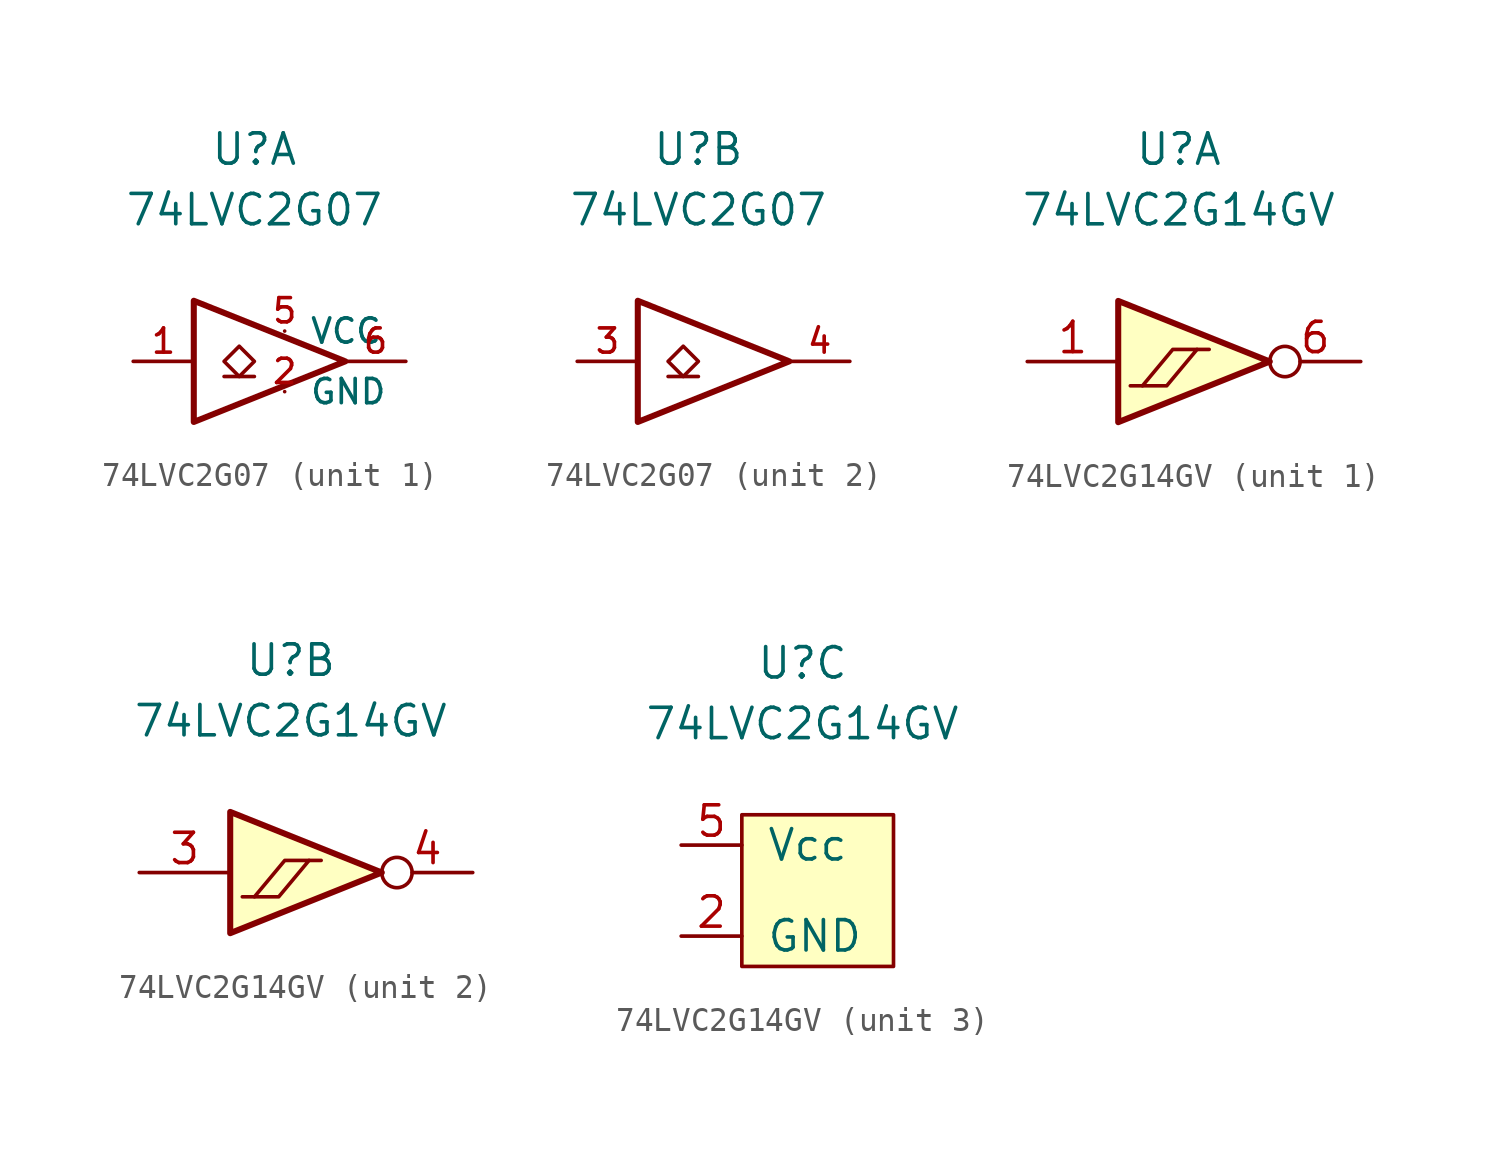
<source format=kicad_sym>
(kicad_symbol_lib
  (version 20211014)
  (generator kicad_symbol_editor)
  (symbol "74LVC2G07"
    (pin_names
      (offset 1.016))
    (property "Reference" "U"
      (at -1.27 8.89 0)
      (effects (font (size 1.27 1.27))))
    (property "Value" "74LVC2G07"
      (at -1.27 6.35 0)
      (effects (font (size 1.27 1.27))))
    (symbol "74LVC2G07_0_1"
      (polyline (pts (xy -2.54 -0.635) (xy -1.27 -0.635)) (stroke (width 0) (type default) (color 0 0 0 0)) (fill (type none)))
      (polyline (pts (xy -3.81 2.54) (xy -3.81 -2.54) (xy 2.54 0) (xy -3.81 2.54)) (stroke (width 0.254) (type default) (color 0 0 0 0)) (fill (type none)))
      (polyline (pts (xy -1.905 0.635) (xy -2.54 0) (xy -1.905 -0.635) (xy -1.27 0) (xy -1.905 0.635)) (stroke (width 0) (type default) (color 0 0 0 0)) (fill (type none))))
    (symbol "74LVC2G07_1_1"
      (pin input line (at -6.35 0 0) (length 2.54) (name "~" (effects (font (size 1.016 1.016)))) (number "1" (effects (font (size 1.016 1.016)))))
      (pin power_in line (at 0 -1.27 0) (length 0) (name "GND" (effects (font (size 1.016 1.016)))) (number "2" (effects (font (size 1.016 1.016)))))
      (pin power_in line (at 0 1.27 0) (length 0) (name "VCC" (effects (font (size 1.016 1.016)))) (number "5" (effects (font (size 1.016 1.016)))))
      (pin open_collector line (at 5.08 0 180) (length 2.54) (name "~" (effects (font (size 1.016 1.016)))) (number "6" (effects (font (size 1.016 1.016))))))
    (symbol "74LVC2G07_2_1"
      (pin input line (at -6.35 0 0) (length 2.54) (name "~" (effects (font (size 1.016 1.016)))) (number "3" (effects (font (size 1.016 1.016)))))
      (pin open_collector line (at 5.08 0 180) (length 2.54) (name "~" (effects (font (size 1.016 1.016)))) (number "4" (effects (font (size 1.016 1.016)))))))
  (symbol "74LVC2G14GV"
    (pin_names
      (offset 1.016))
    (property "Reference" "U"
      (at 0 8.89 0)
      (effects (font (size 1.27 1.27))))
    (property "Value" "74LVC2G14GV"
      (at 0 6.35 0)
      (effects (font (size 1.27 1.27))))
    (symbol "74LVC2G14GV_1_1"
      (polyline (pts (xy -1.524 -1.016) (xy -2.032 -1.016)) (stroke (width 0) (type default) (color 0 0 0 0)) (fill (type none)))
      (polyline (pts (xy 0.762 0.508) (xy 1.27 0.508)) (stroke (width 0) (type default) (color 0 0 0 0)) (fill (type none)))
      (polyline (pts (xy -2.54 2.54) (xy -2.54 -2.54) (xy 3.81 0) (xy -2.54 2.54)) (stroke (width 0.254) (type default) (color 0 0 0 0)) (fill (type background)))
      (polyline (pts (xy 0.762 0.508) (xy -0.508 -1.016) (xy -1.524 -1.016) (xy -0.254 0.508) (xy 0.762 0.508)) (stroke (width 0) (type default) (color 0 0 0 0)) (fill (type none)))
      (pin input line (at -6.35 0 0) (length 3.81) (name "~" (effects (font (size 1.27 1.27)))) (number "1" (effects (font (size 1.27 1.27)))))
      (pin output inverted (at 7.62 0 180) (length 3.81) (name "~" (effects (font (size 1.27 1.27)))) (number "6" (effects (font (size 1.27 1.27))))))
    (symbol "74LVC2G14GV_2_1"
      (polyline (pts (xy -1.524 -1.016) (xy -2.032 -1.016)) (stroke (width 0) (type default) (color 0 0 0 0)) (fill (type none)))
      (polyline (pts (xy 0.762 0.508) (xy 1.27 0.508)) (stroke (width 0) (type default) (color 0 0 0 0)) (fill (type none)))
      (polyline (pts (xy -2.54 2.54) (xy -2.54 -2.54) (xy 3.81 0) (xy -2.54 2.54)) (stroke (width 0.254) (type default) (color 0 0 0 0)) (fill (type background)))
      (polyline (pts (xy 0.762 0.508) (xy -0.508 -1.016) (xy -1.524 -1.016) (xy -0.254 0.508) (xy 0.762 0.508)) (stroke (width 0) (type default) (color 0 0 0 0)) (fill (type none)))
      (pin input line (at -6.35 0 0) (length 3.81) (name "~" (effects (font (size 1.27 1.27)))) (number "3" (effects (font (size 1.27 1.27)))))
      (pin output inverted (at 7.62 0 180) (length 3.81) (name "~" (effects (font (size 1.27 1.27)))) (number "4" (effects (font (size 1.27 1.27))))))
    (symbol "74LVC2G14GV_3_1"
      (rectangle (start -2.54 2.54) (end 3.81 -3.81) (stroke (width 0) (type default) (color 0 0 0 0)) (fill (type background)))
      (pin power_in line (at -5.08 -2.54 0) (length 2.54) (name "GND" (effects (font (size 1.27 1.27)))) (number "2" (effects (font (size 1.27 1.27)))))
      (pin power_in line (at -5.08 1.27 0) (length 2.54) (name "Vcc" (effects (font (size 1.27 1.27)))) (number "5" (effects (font (size 1.27 1.27))))))))
</source>
